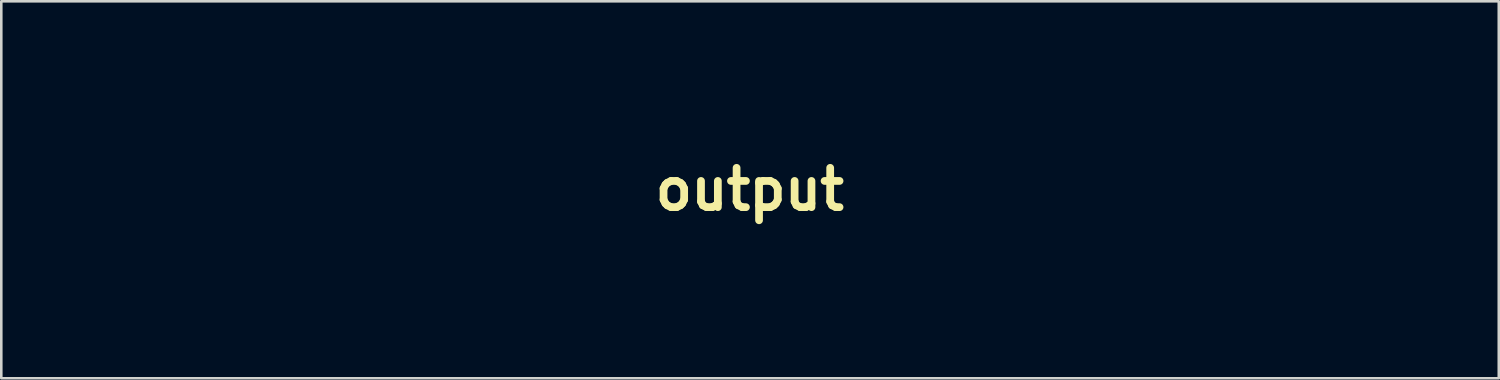
<source format=kicad_pcb>
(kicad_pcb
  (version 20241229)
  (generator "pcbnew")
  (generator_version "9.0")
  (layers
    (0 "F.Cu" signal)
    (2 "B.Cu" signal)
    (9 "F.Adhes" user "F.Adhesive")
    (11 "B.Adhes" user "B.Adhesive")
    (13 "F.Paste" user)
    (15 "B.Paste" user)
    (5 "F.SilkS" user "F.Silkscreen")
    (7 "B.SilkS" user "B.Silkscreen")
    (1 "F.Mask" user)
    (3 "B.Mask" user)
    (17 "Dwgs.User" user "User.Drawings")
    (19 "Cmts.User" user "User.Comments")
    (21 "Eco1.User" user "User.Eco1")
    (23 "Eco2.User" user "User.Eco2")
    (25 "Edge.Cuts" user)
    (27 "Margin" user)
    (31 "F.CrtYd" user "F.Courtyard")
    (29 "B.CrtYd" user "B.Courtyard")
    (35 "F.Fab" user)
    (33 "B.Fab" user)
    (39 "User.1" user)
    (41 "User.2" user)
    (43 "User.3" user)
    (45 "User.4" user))
  (footprint "output"
    (layer "F.Cu")
    (at 26.008 4.29)
    (property "Reference" "output" (at 0 0 0) (layer "F.SilkS") (effects (font (size 1.524 1.524) (thickness 0.3))))
    (attr through_hole)
    (fp_poly (pts (xy 20.885 -4.249) (xy 21.439 -4.248) (xy 21.86 -4.247) (xy 25.448 -4.239) (xy 25.608 -4.154) (xy 25.801 -4.025) (xy 25.935 -3.878) (xy 26.011 -3.718) (xy 26.03 -3.553) (xy 25.991 -3.388) (xy 25.895 -3.23) (xy 25.742 -3.086) (xy 25.577 -2.985) (xy 25.359 -2.873) (xy 24.308 -2.865) (xy 24.053 -2.863) (xy 23.816 -2.86) (xy 23.605 -2.856) (xy 23.428 -2.852) (xy 23.293 -2.848) (xy 23.208 -2.843) (xy 23.185 -2.841) (xy 23.103 -2.801) (xy 23.002 -2.723) (xy 22.895 -2.619) (xy 22.799 -2.504) (xy 22.759 -2.446) (xy 22.725 -2.391) (xy 22.701 -2.341) (xy 22.685 -2.285) (xy 22.676 -2.21) (xy 22.672 -2.104) (xy 22.67 -1.956) (xy 22.67 -1.811) (xy 22.671 -1.623) (xy 22.674 -1.486) (xy 22.68 -1.388) (xy 22.691 -1.316) (xy 22.71 -1.259) (xy 22.737 -1.204) (xy 22.758 -1.168) (xy 22.808 -1.096) (xy 22.894 -0.989) (xy 23.006 -0.858) (xy 23.135 -0.715) (xy 23.249 -0.592) (xy 23.429 -0.398) (xy 23.57 -0.233) (xy 23.671 -0.102) (xy 23.725 -0.012) (xy 23.741 0.024) (xy 23.755 0.06) (xy 23.766 0.102) (xy 23.775 0.155) (xy 23.782 0.225) (xy 23.788 0.319) (xy 23.793 0.44) (xy 23.796 0.596) (xy 23.799 0.791) (xy 23.801 1.032) (xy 23.803 1.323) (xy 23.805 1.671) (xy 23.806 1.758) (xy 23.808 2.144) (xy 23.809 2.473) (xy 23.808 2.749) (xy 23.806 2.978) (xy 23.801 3.166) (xy 23.793 3.318) (xy 23.781 3.441) (xy 23.765 3.538) (xy 23.745 3.617) (xy 23.72 3.682) (xy 23.689 3.74) (xy 23.651 3.795) (xy 23.613 3.848) (xy 23.461 4.005) (xy 23.268 4.14) (xy 23.059 4.235) (xy 23.039 4.242) (xy 22.894 4.274) (xy 22.71 4.296) (xy 22.51 4.306) (xy 22.314 4.305) (xy 22.142 4.29) (xy 22.042 4.271) (xy 21.866 4.212) (xy 21.727 4.14) (xy 21.598 4.04) (xy 21.525 3.97) (xy 21.48 3.927) (xy 21.44 3.89) (xy 21.405 3.856) (xy 21.375 3.821) (xy 21.35 3.78) (xy 21.328 3.729) (xy 21.309 3.665) (xy 21.294 3.583) (xy 21.282 3.48) (xy 21.272 3.351) (xy 21.264 3.192) (xy 21.259 2.999) (xy 21.254 2.769) (xy 21.251 2.496) (xy 21.248 2.178) (xy 21.246 1.81) (xy 21.244 1.388) (xy 21.242 0.908) (xy 21.241 0.714) (xy 21.225 -2.175) (xy 21.15 -2.314) (xy 21.084 -2.418) (xy 20.992 -2.536) (xy 20.89 -2.652) (xy 20.793 -2.747) (xy 20.718 -2.804) (xy 20.67 -2.816) (xy 20.569 -2.827) (xy 20.412 -2.836) (xy 20.197 -2.844) (xy 19.924 -2.851) (xy 19.588 -2.857) (xy 19.558 -2.857) (xy 19.265 -2.862) (xy 19.028 -2.866) (xy 18.84 -2.87) (xy 18.694 -2.875) (xy 18.583 -2.882) (xy 18.498 -2.89) (xy 18.434 -2.9) (xy 18.383 -2.914) (xy 18.338 -2.93) (xy 18.295 -2.949) (xy 18.139 -3.043) (xy 17.998 -3.171) (xy 17.886 -3.315) (xy 17.819 -3.461) (xy 17.816 -3.472) (xy 17.798 -3.585) (xy 17.808 -3.692) (xy 17.827 -3.768) (xy 17.887 -3.906) (xy 17.976 -4.039) (xy 18.08 -4.15) (xy 18.183 -4.219) (xy 18.184 -4.219) (xy 18.216 -4.225) (xy 18.284 -4.23) (xy 18.39 -4.235) (xy 18.535 -4.239) (xy 18.724 -4.242) (xy 18.958 -4.245) (xy 19.239 -4.247) (xy 19.569 -4.248) (xy 19.953 -4.249) (xy 20.39 -4.249) (xy 20.885 -4.249)) (stroke (width 0.01) (type solid)) (fill yes) (layer "F.Mask"))
    (fp_poly (pts (xy -4.832 -4.255) (xy -4.359 -4.255) (xy -3.796 -4.255) (xy -3.293 -4.255) (xy -2.846 -4.254) (xy -2.452 -4.254) (xy -2.107 -4.252) (xy -1.807 -4.251) (xy -1.549 -4.248) (xy -1.33 -4.244) (xy -1.145 -4.239) (xy -0.991 -4.232) (xy -0.865 -4.224) (xy -0.762 -4.214) (xy -0.68 -4.202) (xy -0.614 -4.188) (xy -0.561 -4.171) (xy -0.518 -4.153) (xy -0.48 -4.131) (xy -0.444 -4.107) (xy -0.407 -4.08) (xy -0.387 -4.065) (xy -0.252 -3.933) (xy -0.164 -3.774) (xy -0.128 -3.601) (xy -0.148 -3.428) (xy -0.178 -3.347) (xy -0.26 -3.225) (xy -0.385 -3.102) (xy -0.534 -2.995) (xy -0.63 -2.943) (xy -0.672 -2.925) (xy -0.717 -2.91) (xy -0.771 -2.898) (xy -0.842 -2.889) (xy -0.936 -2.881) (xy -1.061 -2.875) (xy -1.224 -2.87) (xy -1.432 -2.866) (xy -1.691 -2.861) (xy -1.889 -2.858) (xy -3 -2.842) (xy -3.122 -2.749) (xy -3.206 -2.672) (xy -3.301 -2.567) (xy -3.368 -2.482) (xy -3.493 -2.307) (xy -3.493 -1.835) (xy -3.491 -1.652) (xy -3.485 -1.504) (xy -3.467 -1.379) (xy -3.435 -1.269) (xy -3.382 -1.162) (xy -3.304 -1.049) (xy -3.197 -0.918) (xy -3.054 -0.76) (xy -2.907 -0.603) (xy -2.747 -0.43) (xy -2.625 -0.292) (xy -2.536 -0.183) (xy -2.473 -0.095) (xy -2.431 -0.018) (xy -2.411 0.028) (xy -2.397 0.067) (xy -2.386 0.109) (xy -2.376 0.157) (xy -2.368 0.218) (xy -2.362 0.297) (xy -2.358 0.4) (xy -2.355 0.533) (xy -2.353 0.7) (xy -2.353 0.908) (xy -2.353 1.163) (xy -2.354 1.468) (xy -2.356 1.831) (xy -2.356 1.885) (xy -2.358 2.255) (xy -2.36 2.568) (xy -2.363 2.827) (xy -2.365 3.04) (xy -2.368 3.21) (xy -2.372 3.344) (xy -2.377 3.447) (xy -2.384 3.525) (xy -2.392 3.582) (xy -2.402 3.625) (xy -2.413 3.658) (xy -2.428 3.687) (xy -2.434 3.699) (xy -2.578 3.901) (xy -2.772 4.068) (xy -3.012 4.198) (xy -3.229 4.271) (xy -3.381 4.297) (xy -3.57 4.311) (xy -3.771 4.312) (xy -3.957 4.3) (xy -4.051 4.285) (xy -4.169 4.255) (xy -4.286 4.216) (xy -4.296 4.211) (xy -4.414 4.143) (xy -4.546 4.035) (xy -4.676 3.904) (xy -4.786 3.768) (xy -4.83 3.699) (xy -4.921 3.54) (xy -4.922 0.699) (xy -4.922 0.208) (xy -4.922 -0.223) (xy -4.923 -0.599) (xy -4.924 -0.923) (xy -4.925 -1.2) (xy -4.927 -1.434) (xy -4.929 -1.628) (xy -4.932 -1.788) (xy -4.935 -1.916) (xy -4.94 -2.017) (xy -4.945 -2.095) (xy -4.951 -2.154) (xy -4.958 -2.198) (xy -4.967 -2.231) (xy -4.976 -2.258) (xy -4.982 -2.27) (xy -5.095 -2.467) (xy -5.236 -2.643) (xy -5.371 -2.762) (xy -5.502 -2.858) (xy -6.512 -2.858) (xy -6.806 -2.859) (xy -7.07 -2.862) (xy -7.297 -2.867) (xy -7.48 -2.874) (xy -7.612 -2.883) (xy -7.682 -2.892) (xy -7.805 -2.932) (xy -7.936 -2.994) (xy -7.994 -3.03) (xy -8.17 -3.18) (xy -8.285 -3.347) (xy -8.34 -3.526) (xy -8.334 -3.714) (xy -8.265 -3.905) (xy -8.176 -4.045) (xy -8.153 -4.077) (xy -8.133 -4.106) (xy -8.112 -4.131) (xy -8.087 -4.153) (xy -8.055 -4.173) (xy -8.012 -4.19) (xy -7.954 -4.204) (xy -7.878 -4.216) (xy -7.78 -4.226) (xy -7.657 -4.234) (xy -7.505 -4.241) (xy -7.321 -4.246) (xy -7.101 -4.249) (xy -6.842 -4.252) (xy -6.54 -4.253) (xy -6.191 -4.254) (xy -5.793 -4.255) (xy -5.341 -4.255) (xy -4.832 -4.255)) (stroke (width 0.01) (type solid)) (fill yes) (layer "F.Mask"))
    (fp_poly (pts (xy 16.999 -4.068) (xy 17.097 -4.018) (xy 17.205 -3.939) (xy 17.306 -3.841) (xy 17.338 -3.802) (xy 17.37 -3.758) (xy 17.398 -3.717) (xy 17.422 -3.676) (xy 17.443 -3.629) (xy 17.462 -3.573) (xy 17.477 -3.504) (xy 17.489 -3.418) (xy 17.5 -3.31) (xy 17.508 -3.177) (xy 17.514 -3.015) (xy 17.518 -2.819) (xy 17.521 -2.585) (xy 17.522 -2.31) (xy 17.523 -1.989) (xy 17.522 -1.618) (xy 17.521 -1.193) (xy 17.519 -0.711) (xy 17.519 -0.521) (xy 17.51 2.302) (xy 17.437 2.463) (xy 17.407 2.519) (xy 17.358 2.587) (xy 17.287 2.674) (xy 17.19 2.783) (xy 17.061 2.919) (xy 16.897 3.087) (xy 16.694 3.292) (xy 16.58 3.406) (xy 16.329 3.654) (xy 16.115 3.86) (xy 15.94 4.024) (xy 15.805 4.144) (xy 15.71 4.219) (xy 15.669 4.245) (xy 15.641 4.256) (xy 15.607 4.266) (xy 15.562 4.274) (xy 15.502 4.281) (xy 15.421 4.286) (xy 15.317 4.291) (xy 15.183 4.295) (xy 15.015 4.298) (xy 14.809 4.301) (xy 14.56 4.303) (xy 14.264 4.305) (xy 13.916 4.306) (xy 13.511 4.307) (xy 13.287 4.308) (xy 12.849 4.309) (xy 12.469 4.31) (xy 12.143 4.31) (xy 11.867 4.309) (xy 11.636 4.308) (xy 11.445 4.305) (xy 11.291 4.302) (xy 11.167 4.298) (xy 11.069 4.293) (xy 10.993 4.287) (xy 10.935 4.279) (xy 10.889 4.27) (xy 10.858 4.262) (xy 10.809 4.246) (xy 10.761 4.224) (xy 10.708 4.193) (xy 10.646 4.146) (xy 10.568 4.081) (xy 10.47 3.991) (xy 10.345 3.873) (xy 10.189 3.721) (xy 9.995 3.53) (xy 9.911 3.447) (xy 9.687 3.225) (xy 9.505 3.041) (xy 9.36 2.892) (xy 9.248 2.77) (xy 9.163 2.672) (xy 9.102 2.593) (xy 9.059 2.527) (xy 9.045 2.501) (xy 8.954 2.32) (xy 8.954 -0.594) (xy 8.954 -1.163) (xy 8.955 -1.675) (xy 8.957 -2.13) (xy 8.96 -2.526) (xy 8.963 -2.862) (xy 8.967 -3.139) (xy 8.972 -3.355) (xy 8.977 -3.51) (xy 8.983 -3.602) (xy 8.987 -3.626) (xy 9.065 -3.79) (xy 9.198 -3.93) (xy 9.338 -4.018) (xy 9.526 -4.083) (xy 9.708 -4.086) (xy 9.879 -4.029) (xy 10.037 -3.914) (xy 10.178 -3.742) (xy 10.258 -3.6) (xy 10.279 -3.557) (xy 10.296 -3.514) (xy 10.309 -3.464) (xy 10.319 -3.401) (xy 10.327 -3.317) (xy 10.333 -3.204) (xy 10.338 -3.056) (xy 10.343 -2.865) (xy 10.347 -2.624) (xy 10.351 -2.381) (xy 10.354 -2.086) (xy 10.357 -1.846) (xy 10.363 -1.651) (xy 10.374 -1.494) (xy 10.394 -1.366) (xy 10.425 -1.257) (xy 10.47 -1.16) (xy 10.533 -1.065) (xy 10.615 -0.964) (xy 10.721 -0.849) (xy 10.853 -0.71) (xy 10.955 -0.602) (xy 11.097 -0.451) (xy 11.214 -0.325) (xy 11.308 -0.214) (xy 11.383 -0.112) (xy 11.439 -0.009) (xy 11.481 0.102) (xy 11.51 0.229) (xy 11.529 0.381) (xy 11.541 0.566) (xy 11.548 0.792) (xy 11.552 1.067) (xy 11.556 1.318) (xy 11.561 1.611) (xy 11.566 1.848) (xy 11.571 2.034) (xy 11.576 2.178) (xy 11.583 2.284) (xy 11.591 2.362) (xy 11.602 2.416) (xy 11.614 2.453) (xy 11.63 2.482) (xy 11.631 2.482) (xy 11.735 2.598) (xy 11.894 2.715) (xy 12.065 2.813) (xy 12.24 2.905) (xy 15.446 2.905) (xy 15.583 2.832) (xy 15.754 2.714) (xy 15.913 2.557) (xy 16.035 2.385) (xy 16.04 2.375) (xy 16.113 2.238) (xy 16.129 -0.688) (xy 16.145 -3.614) (xy 16.241 -3.751) (xy 16.376 -3.898) (xy 16.544 -4.01) (xy 16.725 -4.077) (xy 16.794 -4.088) (xy 16.907 -4.091) (xy 16.999 -4.068)) (stroke (width 0.01) (type solid)) (fill yes) (layer "F.Mask"))
    (fp_poly (pts (xy -9.185 -4.076) (xy -9.018 -3.995) (xy -8.86 -3.852) (xy -8.86 -3.852) (xy -8.822 -3.81) (xy -8.789 -3.772) (xy -8.76 -3.735) (xy -8.735 -3.693) (xy -8.714 -3.644) (xy -8.696 -3.582) (xy -8.68 -3.504) (xy -8.668 -3.406) (xy -8.658 -3.284) (xy -8.651 -3.133) (xy -8.645 -2.951) (xy -8.641 -2.731) (xy -8.638 -2.471) (xy -8.637 -2.167) (xy -8.636 -1.814) (xy -8.636 -1.409) (xy -8.636 -0.946) (xy -8.636 -0.603) (xy -8.636 -0.109) (xy -8.636 0.326) (xy -8.637 0.705) (xy -8.638 1.033) (xy -8.64 1.314) (xy -8.642 1.552) (xy -8.644 1.75) (xy -8.648 1.913) (xy -8.652 2.045) (xy -8.657 2.15) (xy -8.662 2.232) (xy -8.669 2.295) (xy -8.676 2.343) (xy -8.685 2.38) (xy -8.686 2.383) (xy -8.701 2.431) (xy -8.722 2.476) (xy -8.751 2.526) (xy -8.795 2.586) (xy -8.857 2.659) (xy -8.942 2.752) (xy -9.055 2.87) (xy -9.2 3.018) (xy -9.381 3.2) (xy -9.567 3.387) (xy -9.784 3.603) (xy -9.961 3.779) (xy -10.104 3.918) (xy -10.218 4.027) (xy -10.307 4.108) (xy -10.378 4.167) (xy -10.436 4.208) (xy -10.485 4.236) (xy -10.53 4.255) (xy -10.571 4.268) (xy -10.611 4.278) (xy -10.663 4.286) (xy -10.73 4.294) (xy -10.817 4.3) (xy -10.929 4.305) (xy -11.071 4.309) (xy -11.247 4.312) (xy -11.462 4.314) (xy -11.72 4.316) (xy -12.027 4.317) (xy -12.386 4.317) (xy -12.803 4.317) (xy -12.936 4.317) (xy -13.364 4.317) (xy -13.734 4.316) (xy -14.05 4.315) (xy -14.316 4.314) (xy -14.538 4.312) (xy -14.721 4.31) (xy -14.868 4.306) (xy -14.985 4.302) (xy -15.077 4.296) (xy -15.148 4.29) (xy -15.203 4.282) (xy -15.247 4.273) (xy -15.285 4.262) (xy -15.3 4.257) (xy -15.349 4.237) (xy -15.4 4.211) (xy -15.457 4.173) (xy -15.527 4.118) (xy -15.613 4.042) (xy -15.723 3.94) (xy -15.86 3.807) (xy -16.03 3.639) (xy -16.239 3.431) (xy -16.262 3.409) (xy -16.502 3.167) (xy -16.699 2.965) (xy -16.855 2.801) (xy -16.972 2.671) (xy -17.054 2.573) (xy -17.103 2.503) (xy -17.115 2.48) (xy -17.125 2.455) (xy -17.134 2.427) (xy -17.142 2.392) (xy -17.149 2.346) (xy -17.155 2.285) (xy -17.16 2.205) (xy -17.164 2.102) (xy -17.168 1.973) (xy -17.171 1.812) (xy -17.173 1.617) (xy -17.174 1.384) (xy -17.175 1.107) (xy -17.176 0.784) (xy -17.176 0.411) (xy -17.177 -0.018) (xy -17.177 -0.504) (xy -17.177 -0.642) (xy -17.177 -1.156) (xy -17.177 -1.611) (xy -17.177 -2.009) (xy -17.176 -2.356) (xy -17.174 -2.655) (xy -17.172 -2.909) (xy -17.168 -3.123) (xy -17.163 -3.301) (xy -17.156 -3.446) (xy -17.147 -3.562) (xy -17.136 -3.653) (xy -17.122 -3.723) (xy -17.106 -3.776) (xy -17.087 -3.815) (xy -17.064 -3.845) (xy -17.038 -3.869) (xy -17.009 -3.891) (xy -16.975 -3.916) (xy -16.967 -3.921) (xy -16.784 -4.032) (xy -16.6 -4.089) (xy -16.425 -4.089) (xy -16.339 -4.065) (xy -16.222 -3.997) (xy -16.1 -3.886) (xy -15.987 -3.748) (xy -15.902 -3.604) (xy -15.812 -3.413) (xy -15.812 -2.388) (xy -15.812 -1.362) (xy -15.705 -1.197) (xy -15.649 -1.121) (xy -15.558 -1.009) (xy -15.441 -0.874) (xy -15.308 -0.725) (xy -15.181 -0.587) (xy -15.044 -0.442) (xy -14.931 -0.32) (xy -14.84 -0.214) (xy -14.769 -0.115) (xy -14.715 -0.015) (xy -14.675 0.093) (xy -14.648 0.219) (xy -14.63 0.37) (xy -14.619 0.553) (xy -14.613 0.779) (xy -14.608 1.053) (xy -14.605 1.286) (xy -14.599 1.619) (xy -14.593 1.891) (xy -14.585 2.105) (xy -14.576 2.263) (xy -14.566 2.37) (xy -14.554 2.426) (xy -14.551 2.432) (xy -14.476 2.527) (xy -14.361 2.632) (xy -14.224 2.733) (xy -14.084 2.814) (xy -14.069 2.821) (xy -13.891 2.905) (xy -10.716 2.905) (xy -10.563 2.827) (xy -10.393 2.713) (xy -10.235 2.554) (xy -10.105 2.371) (xy -10.091 2.345) (xy -10.017 2.207) (xy -10.001 -0.714) (xy -9.998 -1.246) (xy -9.995 -1.718) (xy -9.992 -2.131) (xy -9.988 -2.49) (xy -9.984 -2.796) (xy -9.98 -3.052) (xy -9.975 -3.261) (xy -9.97 -3.427) (xy -9.965 -3.551) (xy -9.959 -3.637) (xy -9.952 -3.687) (xy -9.947 -3.702) (xy -9.883 -3.785) (xy -9.783 -3.88) (xy -9.671 -3.971) (xy -9.567 -4.038) (xy -9.538 -4.051) (xy -9.359 -4.095) (xy -9.185 -4.076)) (stroke (width 0.01) (type solid)) (fill yes) (layer "F.Mask"))
    (fp_poly (pts (xy 6.045 -4.285) (xy 6.21 -4.283) (xy 6.345 -4.28) (xy 6.453 -4.277) (xy 6.539 -4.272) (xy 6.607 -4.267) (xy 6.66 -4.26) (xy 6.703 -4.252) (xy 6.739 -4.243) (xy 6.747 -4.241) (xy 6.798 -4.225) (xy 6.846 -4.206) (xy 6.895 -4.18) (xy 6.951 -4.141) (xy 7.02 -4.086) (xy 7.106 -4.009) (xy 7.215 -3.906) (xy 7.352 -3.772) (xy 7.524 -3.603) (xy 7.735 -3.393) (xy 7.741 -3.387) (xy 7.931 -3.197) (xy 8.109 -3.016) (xy 8.269 -2.849) (xy 8.405 -2.704) (xy 8.512 -2.587) (xy 8.585 -2.502) (xy 8.614 -2.461) (xy 8.64 -2.409) (xy 8.658 -2.354) (xy 8.67 -2.286) (xy 8.678 -2.192) (xy 8.682 -2.062) (xy 8.683 -1.885) (xy 8.683 -1.794) (xy 8.682 -1.593) (xy 8.68 -1.445) (xy 8.674 -1.337) (xy 8.664 -1.26) (xy 8.648 -1.201) (xy 8.626 -1.149) (xy 8.614 -1.127) (xy 8.576 -1.075) (xy 8.498 -0.985) (xy 8.386 -0.863) (xy 8.245 -0.715) (xy 8.082 -0.546) (xy 7.902 -0.363) (xy 7.741 -0.203) (xy 7.529 0.008) (xy 7.356 0.178) (xy 7.217 0.313) (xy 7.107 0.417) (xy 7.019 0.496) (xy 6.949 0.553) (xy 6.89 0.593) (xy 6.839 0.622) (xy 6.788 0.644) (xy 6.733 0.663) (xy 6.685 0.678) (xy 6.637 0.691) (xy 6.583 0.701) (xy 6.517 0.71) (xy 6.434 0.716) (xy 6.327 0.721) (xy 6.191 0.725) (xy 6.02 0.728) (xy 5.808 0.73) (xy 5.55 0.731) (xy 5.239 0.731) (xy 4.923 0.731) (xy 4.536 0.732) (xy 4.208 0.734) (xy 3.935 0.736) (xy 3.715 0.739) (xy 3.541 0.744) (xy 3.411 0.75) (xy 3.321 0.757) (xy 3.266 0.765) (xy 3.248 0.772) (xy 3.174 0.824) (xy 3.076 0.909) (xy 2.97 1.01) (xy 2.873 1.113) (xy 2.81 1.188) (xy 2.791 1.215) (xy 2.774 1.243) (xy 2.762 1.28) (xy 2.752 1.332) (xy 2.744 1.405) (xy 2.739 1.506) (xy 2.735 1.643) (xy 2.731 1.822) (xy 2.729 2.05) (xy 2.726 2.333) (xy 2.725 2.381) (xy 2.715 3.477) (xy 2.626 3.658) (xy 2.489 3.866) (xy 2.304 4.038) (xy 2.076 4.172) (xy 1.812 4.264) (xy 1.517 4.31) (xy 1.351 4.316) (xy 1.202 4.309) (xy 1.052 4.292) (xy 0.933 4.27) (xy 0.929 4.269) (xy 0.68 4.177) (xy 0.478 4.046) (xy 0.315 3.869) (xy 0.209 3.691) (xy 0.126 3.524) (xy 0.14 -2.34) (xy 1.556 -2.34) (xy 1.556 -1.216) (xy 1.648 -1.088) (xy 1.789 -0.934) (xy 1.965 -0.816) (xy 2.09 -0.759) (xy 2.122 -0.748) (xy 2.16 -0.738) (xy 2.207 -0.73) (xy 2.27 -0.723) (xy 2.351 -0.717) (xy 2.457 -0.713) (xy 2.592 -0.709) (xy 2.76 -0.706) (xy 2.967 -0.704) (xy 3.217 -0.703) (xy 3.514 -0.702) (xy 3.864 -0.701) (xy 4.271 -0.701) (xy 4.429 -0.701) (xy 4.857 -0.701) (xy 5.226 -0.701) (xy 5.54 -0.701) (xy 5.806 -0.702) (xy 6.026 -0.704) (xy 6.206 -0.706) (xy 6.351 -0.71) (xy 6.465 -0.714) (xy 6.553 -0.719) (xy 6.619 -0.725) (xy 6.668 -0.733) (xy 6.706 -0.742) (xy 6.736 -0.753) (xy 6.748 -0.758) (xy 6.881 -0.845) (xy 7.013 -0.976) (xy 7.129 -1.134) (xy 7.212 -1.297) (xy 7.258 -1.467) (xy 7.283 -1.674) (xy 7.285 -1.895) (xy 7.266 -2.105) (xy 7.232 -2.255) (xy 7.148 -2.462) (xy 7.038 -2.632) (xy 6.91 -2.754) (xy 6.846 -2.792) (xy 6.819 -2.804) (xy 6.79 -2.815) (xy 6.754 -2.824) (xy 6.708 -2.832) (xy 6.645 -2.839) (xy 6.562 -2.844) (xy 6.454 -2.848) (xy 6.317 -2.851) (xy 6.146 -2.854) (xy 5.936 -2.855) (xy 5.683 -2.856) (xy 5.382 -2.857) (xy 5.028 -2.857) (xy 4.618 -2.857) (xy 4.421 -2.857) (xy 4.007 -2.857) (xy 3.621 -2.856) (xy 3.267 -2.854) (xy 2.95 -2.851) (xy 2.675 -2.848) (xy 2.444 -2.844) (xy 2.263 -2.84) (xy 2.135 -2.835) (xy 2.065 -2.83) (xy 2.053 -2.828) (xy 1.958 -2.773) (xy 1.845 -2.682) (xy 1.731 -2.569) (xy 1.646 -2.464) (xy 1.556 -2.34) (xy 0.14 -2.34) (xy 0.143 -3.604) (xy 0.213 -3.734) (xy 0.292 -3.848) (xy 0.407 -3.973) (xy 0.538 -4.089) (xy 0.664 -4.178) (xy 0.705 -4.2) (xy 0.73 -4.209) (xy 0.767 -4.216) (xy 0.821 -4.223) (xy 0.895 -4.229) (xy 0.994 -4.235) (xy 1.121 -4.24) (xy 1.28 -4.245) (xy 1.476 -4.249) (xy 1.711 -4.253) (xy 1.99 -4.257) (xy 2.316 -4.26) (xy 2.694 -4.264) (xy 3.127 -4.268) (xy 3.619 -4.272) (xy 3.683 -4.272) (xy 4.178 -4.276) (xy 4.614 -4.28) (xy 4.994 -4.282) (xy 5.323 -4.284) (xy 5.606 -4.285) (xy 5.845 -4.285) (xy 6.045 -4.285)) (stroke (width 0.01) (type solid)) (fill yes) (layer "F.Mask"))
    (fp_poly (pts (xy -20.084 -4.264) (xy -19.893 -4.263) (xy -19.738 -4.261) (xy -19.616 -4.257) (xy -19.521 -4.253) (xy -19.45 -4.248) (xy -19.397 -4.241) (xy -19.358 -4.233) (xy -19.329 -4.223) (xy -19.305 -4.212) (xy -19.304 -4.212) (xy -19.256 -4.176) (xy -19.169 -4.101) (xy -19.05 -3.991) (xy -18.903 -3.854) (xy -18.736 -3.693) (xy -18.554 -3.516) (xy -18.391 -3.354) (xy -18.175 -3.139) (xy -17.999 -2.962) (xy -17.86 -2.819) (xy -17.753 -2.705) (xy -17.672 -2.614) (xy -17.613 -2.541) (xy -17.572 -2.482) (xy -17.543 -2.429) (xy -17.525 -2.388) (xy -17.513 -2.353) (xy -17.503 -2.316) (xy -17.494 -2.272) (xy -17.486 -2.216) (xy -17.48 -2.143) (xy -17.475 -2.048) (xy -17.471 -1.928) (xy -17.468 -1.776) (xy -17.466 -1.589) (xy -17.464 -1.362) (xy -17.463 -1.089) (xy -17.463 -0.767) (xy -17.463 -0.39) (xy -17.462 -0.005) (xy -17.463 0.432) (xy -17.463 0.81) (xy -17.464 1.134) (xy -17.466 1.408) (xy -17.468 1.638) (xy -17.471 1.826) (xy -17.474 1.979) (xy -17.479 2.101) (xy -17.485 2.197) (xy -17.492 2.27) (xy -17.5 2.327) (xy -17.509 2.37) (xy -17.513 2.383) (xy -17.528 2.431) (xy -17.548 2.476) (xy -17.578 2.526) (xy -17.621 2.586) (xy -17.683 2.659) (xy -17.768 2.752) (xy -17.881 2.87) (xy -18.026 3.018) (xy -18.208 3.2) (xy -18.394 3.387) (xy -18.61 3.603) (xy -18.788 3.779) (xy -18.93 3.918) (xy -19.044 4.027) (xy -19.134 4.108) (xy -19.205 4.167) (xy -19.262 4.208) (xy -19.311 4.236) (xy -19.357 4.255) (xy -19.397 4.268) (xy -19.438 4.278) (xy -19.489 4.286) (xy -19.556 4.294) (xy -19.643 4.3) (xy -19.756 4.305) (xy -19.897 4.309) (xy -20.073 4.312) (xy -20.288 4.314) (xy -20.547 4.316) (xy -20.853 4.317) (xy -21.213 4.317) (xy -21.63 4.317) (xy -21.762 4.317) (xy -22.191 4.317) (xy -22.561 4.316) (xy -22.876 4.315) (xy -23.143 4.314) (xy -23.365 4.312) (xy -23.547 4.31) (xy -23.695 4.306) (xy -23.812 4.302) (xy -23.904 4.296) (xy -23.975 4.29) (xy -24.03 4.282) (xy -24.074 4.273) (xy -24.112 4.262) (xy -24.126 4.257) (xy -24.176 4.237) (xy -24.227 4.211) (xy -24.284 4.173) (xy -24.353 4.118) (xy -24.44 4.042) (xy -24.549 3.94) (xy -24.686 3.807) (xy -24.857 3.639) (xy -25.066 3.431) (xy -25.088 3.409) (xy -25.329 3.167) (xy -25.526 2.965) (xy -25.681 2.801) (xy -25.799 2.671) (xy -25.881 2.573) (xy -25.93 2.503) (xy -25.941 2.48) (xy -25.953 2.452) (xy -25.963 2.421) (xy -25.972 2.382) (xy -25.979 2.33) (xy -25.985 2.262) (xy -25.99 2.172) (xy -25.994 2.056) (xy -25.997 1.911) (xy -25.999 1.73) (xy -26.001 1.509) (xy -26.002 1.245) (xy -26.003 0.932) (xy -26.003 0.567) (xy -26.003 0.143) (xy -26.003 0.032) (xy -24.606 0.032) (xy -24.606 0.469) (xy -24.606 0.846) (xy -24.605 1.17) (xy -24.604 1.443) (xy -24.603 1.671) (xy -24.601 1.859) (xy -24.598 2.01) (xy -24.594 2.13) (xy -24.589 2.222) (xy -24.583 2.292) (xy -24.576 2.344) (xy -24.568 2.383) (xy -24.558 2.412) (xy -24.546 2.438) (xy -24.544 2.442) (xy -24.437 2.592) (xy -24.282 2.724) (xy -24.182 2.785) (xy -24.132 2.81) (xy -24.084 2.832) (xy -24.033 2.851) (xy -23.975 2.867) (xy -23.904 2.88) (xy -23.815 2.89) (xy -23.705 2.899) (xy -23.567 2.905) (xy -23.397 2.909) (xy -23.191 2.912) (xy -22.943 2.913) (xy -22.648 2.913) (xy -22.302 2.913) (xy -21.899 2.912) (xy -21.685 2.911) (xy -19.542 2.905) (xy -19.399 2.831) (xy -19.202 2.699) (xy -19.038 2.53) (xy -18.935 2.365) (xy -18.914 2.319) (xy -18.898 2.275) (xy -18.885 2.224) (xy -18.875 2.16) (xy -18.868 2.075) (xy -18.864 1.96) (xy -18.862 1.808) (xy -18.86 1.613) (xy -18.86 1.365) (xy -18.86 1.222) (xy -18.86 0.926) (xy -18.861 0.685) (xy -18.866 0.489) (xy -18.879 0.33) (xy -18.901 0.199) (xy -18.937 0.087) (xy -18.989 -0.015) (xy -19.059 -0.117) (xy -19.151 -0.226) (xy -19.268 -0.351) (xy -19.412 -0.503) (xy -19.429 -0.521) (xy -19.566 -0.669) (xy -19.693 -0.813) (xy -19.8 -0.941) (xy -19.879 -1.044) (xy -19.921 -1.108) (xy -19.955 -1.188) (xy -19.98 -1.283) (xy -20.001 -1.407) (xy -20.02 -1.574) (xy -20.029 -1.687) (xy -20.056 -1.944) (xy -20.091 -2.15) (xy -20.14 -2.316) (xy -20.206 -2.455) (xy -20.292 -2.578) (xy -20.32 -2.612) (xy -20.365 -2.664) (xy -20.405 -2.708) (xy -20.446 -2.745) (xy -20.493 -2.775) (xy -20.55 -2.799) (xy -20.624 -2.818) (xy -20.72 -2.833) (xy -20.843 -2.843) (xy -20.999 -2.85) (xy -21.193 -2.854) (xy -21.43 -2.857) (xy -21.716 -2.857) (xy -22.055 -2.858) (xy -22.359 -2.857) (xy -24.054 -2.858) (xy -24.196 -2.768) (xy -24.361 -2.638) (xy -24.494 -2.484) (xy -24.563 -2.358) (xy -24.572 -2.328) (xy -24.579 -2.275) (xy -24.586 -2.198) (xy -24.591 -2.091) (xy -24.595 -1.951) (xy -24.599 -1.773) (xy -24.601 -1.553) (xy -24.604 -1.289) (xy -24.605 -0.974) (xy -24.606 -0.606) (xy -24.606 -0.181) (xy -24.606 0.032) (xy -26.003 0.032) (xy -26.003 -0.005) (xy -26.003 -2.352) (xy -25.927 -2.501) (xy -25.883 -2.564) (xy -25.799 -2.662) (xy -25.682 -2.79) (xy -25.539 -2.94) (xy -25.376 -3.106) (xy -25.201 -3.28) (xy -25.02 -3.457) (xy -24.841 -3.629) (xy -24.67 -3.79) (xy -24.514 -3.932) (xy -24.381 -4.05) (xy -24.276 -4.136) (xy -24.208 -4.184) (xy -24.205 -4.185) (xy -24.179 -4.198) (xy -24.151 -4.209) (xy -24.117 -4.218) (xy -24.071 -4.226) (xy -24.011 -4.233) (xy -23.929 -4.238) (xy -23.824 -4.243) (xy -23.689 -4.247) (xy -23.521 -4.25) (xy -23.314 -4.252) (xy -23.065 -4.255) (xy -22.768 -4.256) (xy -22.42 -4.258) (xy -22.016 -4.26) (xy -21.745 -4.261) (xy -21.303 -4.263) (xy -20.921 -4.264) (xy -20.593 -4.265) (xy -20.316 -4.265) (xy -20.084 -4.264)) (stroke (width 0.01) (type solid)) (fill yes) (layer "F.Mask")))
  (gr_rect
    (start -3 -3)
    (end 55.043 11.612)
    (stroke (width 0.1) (type default))
    (fill no)
    (layer "Edge.Cuts")))
</source>
